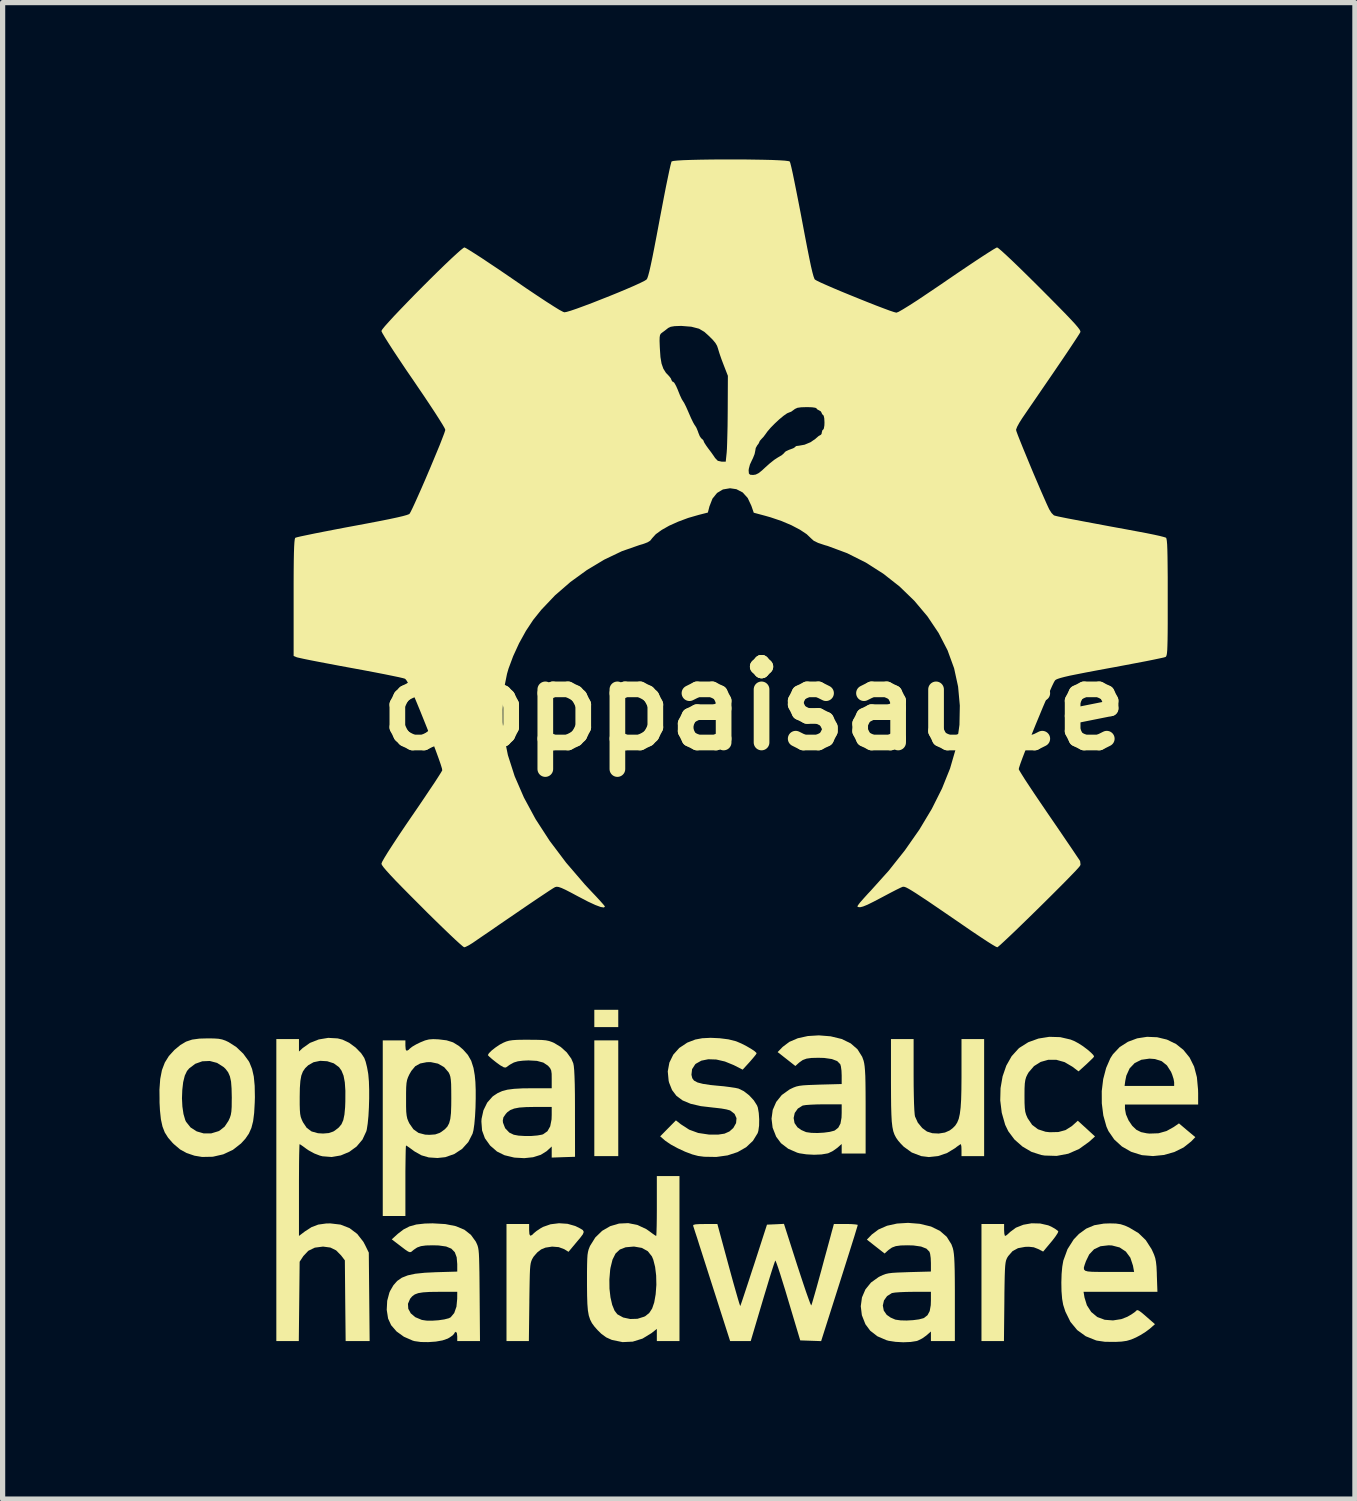
<source format=kicad_pcb>
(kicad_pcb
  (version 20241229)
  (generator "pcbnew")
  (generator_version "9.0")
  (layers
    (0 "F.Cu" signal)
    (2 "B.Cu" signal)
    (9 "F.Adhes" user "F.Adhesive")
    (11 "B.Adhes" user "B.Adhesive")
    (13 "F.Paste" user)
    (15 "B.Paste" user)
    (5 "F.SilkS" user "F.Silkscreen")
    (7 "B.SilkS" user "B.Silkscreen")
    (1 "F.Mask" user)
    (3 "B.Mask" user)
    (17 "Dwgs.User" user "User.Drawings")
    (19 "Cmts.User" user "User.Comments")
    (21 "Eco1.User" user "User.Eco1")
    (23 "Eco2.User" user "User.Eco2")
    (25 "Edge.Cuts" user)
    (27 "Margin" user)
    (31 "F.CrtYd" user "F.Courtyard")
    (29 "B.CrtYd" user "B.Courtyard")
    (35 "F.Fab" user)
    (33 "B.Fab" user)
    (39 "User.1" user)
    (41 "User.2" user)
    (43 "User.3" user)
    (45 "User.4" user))
  (footprint "opppaisauce"
    (layer "F.Cu")
    (at 11.373 10.464)
    (property "Reference" "opppaisauce" (at 0 0 0) (layer "F.SilkS") (effects (font (size 1.524 1.524) (thickness 0.3))))
    (attr through_hole)
    (fp_poly (pts (xy -2.596 6.134) (xy -3.054 6.134) (xy -3.054 5.803) (xy -2.596 5.803)) (stroke (width 0) (type solid)) (fill yes) (layer "F.SilkS"))
    (fp_poly (pts (xy -2.596 8.602) (xy -3.054 8.602) (xy -3.054 6.388) (xy -2.596 6.388)) (stroke (width 0) (type solid)) (fill yes) (layer "F.SilkS"))
    (fp_poly (pts (xy -3.566 9.897) (xy -3.422 9.938) (xy -3.41 9.943) (xy -3.324 9.986) (xy -3.273 10.018) (xy -3.256 10.052) (xy -3.273 10.097) (xy -3.323 10.164) (xy -3.387 10.24) (xy -3.548 10.433) (xy -3.628 10.383) (xy -3.735 10.343) (xy -3.862 10.333) (xy -3.99 10.353) (xy -4.072 10.387) (xy -4.146 10.445) (xy -4.213 10.522) (xy -4.228 10.546) (xy -4.246 10.578) (xy -4.259 10.61) (xy -4.27 10.648) (xy -4.278 10.699) (xy -4.284 10.768) (xy -4.288 10.863) (xy -4.291 10.989) (xy -4.294 11.153) (xy -4.297 11.36) (xy -4.297 11.396) (xy -4.306 12.14) (xy -4.734 12.14) (xy -4.734 9.9) (xy -4.301 9.9) (xy -4.301 10.015) (xy -4.296 10.094) (xy -4.279 10.125) (xy -4.245 10.111) (xy -4.21 10.076) (xy -4.159 10.034) (xy -4.084 9.984) (xy -4.034 9.956) (xy -3.892 9.906) (xy -3.729 9.886)) (stroke (width 0) (type solid)) (fill yes) (layer "F.SilkS"))
    (fp_poly (pts (xy 5.475 9.891) (xy 5.629 9.926) (xy 5.687 9.951) (xy 5.758 9.991) (xy 5.808 10.027) (xy 5.822 10.043) (xy 5.81 10.074) (xy 5.772 10.133) (xy 5.714 10.21) (xy 5.681 10.25) (xy 5.532 10.428) (xy 5.434 10.378) (xy 5.352 10.346) (xy 5.26 10.336) (xy 5.187 10.338) (xy 5.051 10.363) (xy 4.947 10.419) (xy 4.865 10.513) (xy 4.848 10.539) (xy 4.834 10.567) (xy 4.822 10.599) (xy 4.813 10.642) (xy 4.806 10.701) (xy 4.801 10.783) (xy 4.797 10.893) (xy 4.794 11.038) (xy 4.791 11.223) (xy 4.79 11.383) (xy 4.782 12.14) (xy 4.352 12.14) (xy 4.352 9.9) (xy 4.785 9.9) (xy 4.785 10.015) (xy 4.789 10.083) (xy 4.799 10.124) (xy 4.805 10.129) (xy 4.835 10.113) (xy 4.882 10.071) (xy 4.899 10.054) (xy 5.011 9.971) (xy 5.153 9.915) (xy 5.312 9.887)) (stroke (width 0) (type solid)) (fill yes) (layer "F.SilkS"))
    (fp_poly (pts (xy 3.054 7.056) (xy 3.055 7.257) (xy 3.058 7.44) (xy 3.062 7.597) (xy 3.068 7.723) (xy 3.075 7.809) (xy 3.081 7.844) (xy 3.134 7.961) (xy 3.219 8.065) (xy 3.31 8.132) (xy 3.413 8.164) (xy 3.535 8.17) (xy 3.653 8.151) (xy 3.742 8.112) (xy 3.801 8.068) (xy 3.849 8.02) (xy 3.887 7.962) (xy 3.917 7.889) (xy 3.938 7.795) (xy 3.953 7.676) (xy 3.963 7.524) (xy 3.968 7.336) (xy 3.97 7.104) (xy 3.97 6.993) (xy 3.97 6.363) (xy 4.403 6.363) (xy 4.403 8.602) (xy 3.97 8.602) (xy 3.97 8.488) (xy 3.968 8.42) (xy 3.96 8.379) (xy 3.956 8.373) (xy 3.93 8.388) (xy 3.878 8.425) (xy 3.848 8.449) (xy 3.695 8.542) (xy 3.523 8.601) (xy 3.346 8.62) (xy 3.2 8.602) (xy 3.019 8.533) (xy 2.864 8.421) (xy 2.803 8.358) (xy 2.756 8.303) (xy 2.719 8.25) (xy 2.689 8.193) (xy 2.665 8.126) (xy 2.648 8.043) (xy 2.636 7.939) (xy 2.629 7.808) (xy 2.624 7.644) (xy 2.622 7.442) (xy 2.621 7.194) (xy 2.621 7.173) (xy 2.621 6.363) (xy 3.054 6.363)) (stroke (width 0) (type solid)) (fill yes) (layer "F.SilkS"))
    (fp_poly (pts (xy 5.858 6.326) (xy 6.056 6.372) (xy 6.134 6.404) (xy 6.213 6.447) (xy 6.299 6.503) (xy 6.381 6.565) (xy 6.449 6.624) (xy 6.494 6.671) (xy 6.506 6.699) (xy 6.485 6.724) (xy 6.435 6.773) (xy 6.368 6.837) (xy 6.354 6.85) (xy 6.209 6.981) (xy 6.092 6.892) (xy 5.942 6.804) (xy 5.786 6.76) (xy 5.631 6.759) (xy 5.485 6.8) (xy 5.357 6.88) (xy 5.254 7) (xy 5.232 7.038) (xy 5.207 7.09) (xy 5.191 7.145) (xy 5.181 7.213) (xy 5.176 7.308) (xy 5.175 7.441) (xy 5.175 7.45) (xy 5.176 7.585) (xy 5.181 7.683) (xy 5.19 7.755) (xy 5.207 7.813) (xy 5.233 7.872) (xy 5.236 7.878) (xy 5.321 8.004) (xy 5.434 8.089) (xy 5.578 8.136) (xy 5.659 8.145) (xy 5.824 8.141) (xy 5.96 8.104) (xy 6.079 8.029) (xy 6.102 8.009) (xy 6.195 7.925) (xy 6.36 8.075) (xy 6.524 8.226) (xy 6.41 8.329) (xy 6.22 8.465) (xy 6.013 8.556) (xy 5.791 8.598) (xy 5.56 8.591) (xy 5.494 8.58) (xy 5.308 8.52) (xy 5.135 8.418) (xy 4.983 8.284) (xy 4.865 8.126) (xy 4.806 8.004) (xy 4.74 7.773) (xy 4.711 7.536) (xy 4.717 7.301) (xy 4.756 7.077) (xy 4.827 6.871) (xy 4.929 6.691) (xy 5.061 6.545) (xy 5.08 6.529) (xy 5.248 6.423) (xy 5.442 6.353) (xy 5.649 6.32)) (stroke (width 0) (type solid)) (fill yes) (layer "F.SilkS"))
    (fp_poly (pts (xy 7.713 6.328) (xy 7.9 6.373) (xy 8.073 6.457) (xy 8.213 6.568) (xy 8.334 6.717) (xy 8.42 6.89) (xy 8.473 7.092) (xy 8.495 7.329) (xy 8.497 7.4) (xy 8.497 7.615) (xy 7.097 7.615) (xy 7.097 7.699) (xy 7.116 7.803) (xy 7.165 7.917) (xy 7.235 8.021) (xy 7.314 8.097) (xy 7.316 8.098) (xy 7.405 8.143) (xy 7.516 8.166) (xy 7.568 8.171) (xy 7.74 8.165) (xy 7.892 8.122) (xy 8.027 8.047) (xy 8.13 7.976) (xy 8.286 8.108) (xy 8.443 8.239) (xy 8.365 8.32) (xy 8.219 8.436) (xy 8.041 8.524) (xy 7.842 8.58) (xy 7.633 8.601) (xy 7.426 8.584) (xy 7.411 8.581) (xy 7.215 8.519) (xy 7.039 8.418) (xy 6.892 8.284) (xy 6.781 8.123) (xy 6.743 8.038) (xy 6.683 7.824) (xy 6.654 7.593) (xy 6.653 7.358) (xy 6.665 7.259) (xy 7.09 7.259) (xy 8.038 7.259) (xy 8.038 7.189) (xy 8.027 7.126) (xy 8 7.042) (xy 7.978 6.989) (xy 7.9 6.867) (xy 7.8 6.786) (xy 7.671 6.745) (xy 7.566 6.737) (xy 7.41 6.759) (xy 7.283 6.822) (xy 7.186 6.924) (xy 7.123 7.063) (xy 7.103 7.161) (xy 7.09 7.259) (xy 6.665 7.259) (xy 6.681 7.128) (xy 6.737 6.915) (xy 6.818 6.729) (xy 6.867 6.653) (xy 6.996 6.516) (xy 7.154 6.415) (xy 7.331 6.349) (xy 7.52 6.32)) (stroke (width 0) (type solid)) (fill yes) (layer "F.SilkS"))
    (fp_poly (pts (xy -1.425 12.14) (xy -1.858 12.14) (xy -1.858 11.907) (xy -1.96 11.988) (xy -2.132 12.093) (xy -2.319 12.151) (xy -2.514 12.16) (xy -2.713 12.119) (xy -2.723 12.116) (xy -2.827 12.069) (xy -2.921 12) (xy -2.993 11.929) (xy -3.052 11.862) (xy -3.099 11.798) (xy -3.134 11.729) (xy -3.16 11.65) (xy -3.177 11.552) (xy -3.187 11.427) (xy -3.192 11.269) (xy -3.194 11.069) (xy -3.194 10.995) (xy -3.194 10.961) (xy -2.766 10.961) (xy -2.764 11.139) (xy -2.745 11.304) (xy -2.712 11.448) (xy -2.666 11.56) (xy -2.613 11.628) (xy -2.502 11.689) (xy -2.368 11.718) (xy -2.229 11.714) (xy -2.101 11.674) (xy -2.077 11.662) (xy -2.003 11.602) (xy -1.948 11.518) (xy -1.908 11.401) (xy -1.88 11.242) (xy -1.88 11.24) (xy -1.867 11.064) (xy -1.871 10.886) (xy -1.891 10.721) (xy -1.926 10.583) (xy -1.952 10.521) (xy -2.031 10.421) (xy -2.144 10.358) (xy -2.288 10.333) (xy -2.31 10.333) (xy -2.455 10.346) (xy -2.566 10.389) (xy -2.648 10.466) (xy -2.706 10.582) (xy -2.745 10.74) (xy -2.751 10.78) (xy -2.766 10.961) (xy -3.194 10.961) (xy -3.194 10.813) (xy -3.192 10.674) (xy -3.189 10.569) (xy -3.184 10.492) (xy -3.175 10.435) (xy -3.163 10.388) (xy -3.146 10.344) (xy -3.136 10.32) (xy -3.035 10.158) (xy -2.904 10.031) (xy -2.75 9.942) (xy -2.581 9.892) (xy -2.405 9.884) (xy -2.227 9.92) (xy -2.057 10) (xy -1.999 10.041) (xy -1.934 10.089) (xy -1.887 10.121) (xy -1.87 10.129) (xy -1.867 10.105) (xy -1.864 10.037) (xy -1.861 9.933) (xy -1.859 9.799) (xy -1.858 9.643) (xy -1.858 9.557) (xy -1.858 8.984) (xy -1.425 8.984)) (stroke (width 0) (type solid)) (fill yes) (layer "F.SilkS"))
    (fp_poly (pts (xy -10.334 6.351) (xy -10.244 6.357) (xy -10.175 6.37) (xy -10.111 6.392) (xy -10.05 6.421) (xy -9.902 6.516) (xy -9.768 6.644) (xy -9.664 6.787) (xy -9.65 6.813) (xy -9.601 6.935) (xy -9.568 7.08) (xy -9.551 7.257) (xy -9.547 7.472) (xy -9.55 7.578) (xy -9.561 7.777) (xy -9.581 7.935) (xy -9.614 8.063) (xy -9.662 8.171) (xy -9.729 8.269) (xy -9.812 8.36) (xy -9.968 8.482) (xy -10.152 8.568) (xy -10.352 8.614) (xy -10.557 8.618) (xy -10.702 8.594) (xy -10.853 8.543) (xy -10.978 8.474) (xy -11.098 8.372) (xy -11.125 8.345) (xy -11.208 8.249) (xy -11.271 8.149) (xy -11.315 8.035) (xy -11.345 7.898) (xy -11.363 7.728) (xy -11.371 7.578) (xy -11.371 7.496) (xy -10.942 7.496) (xy -10.934 7.654) (xy -10.913 7.797) (xy -10.879 7.913) (xy -10.864 7.945) (xy -10.777 8.054) (xy -10.66 8.129) (xy -10.525 8.168) (xy -10.382 8.167) (xy -10.243 8.125) (xy -10.219 8.112) (xy -10.126 8.038) (xy -10.053 7.928) (xy -10.026 7.869) (xy -10.008 7.814) (xy -9.997 7.749) (xy -9.991 7.662) (xy -9.99 7.542) (xy -9.989 7.483) (xy -9.993 7.309) (xy -10.003 7.176) (xy -10.025 7.076) (xy -10.059 6.998) (xy -10.108 6.934) (xy -10.143 6.9) (xy -10.27 6.819) (xy -10.41 6.782) (xy -10.553 6.788) (xy -10.688 6.836) (xy -10.805 6.925) (xy -10.846 6.974) (xy -10.888 7.062) (xy -10.919 7.187) (xy -10.936 7.336) (xy -10.942 7.496) (xy -11.371 7.496) (xy -11.373 7.331) (xy -11.358 7.126) (xy -11.325 6.956) (xy -11.27 6.812) (xy -11.193 6.688) (xy -11.091 6.576) (xy -11.084 6.569) (xy -10.972 6.476) (xy -10.864 6.412) (xy -10.748 6.373) (xy -10.607 6.354) (xy -10.46 6.35)) (stroke (width 0) (type solid)) (fill yes) (layer "F.SilkS"))
    (fp_poly (pts (xy 6.925 9.892) (xy 7.014 9.905) (xy 7.098 9.932) (xy 7.177 9.968) (xy 7.355 10.074) (xy 7.495 10.209) (xy 7.605 10.38) (xy 7.619 10.409) (xy 7.653 10.485) (xy 7.676 10.552) (xy 7.69 10.624) (xy 7.7 10.714) (xy 7.706 10.837) (xy 7.707 10.887) (xy 7.718 11.198) (xy 6.305 11.198) (xy 6.323 11.307) (xy 6.369 11.456) (xy 6.452 11.584) (xy 6.564 11.677) (xy 6.57 11.681) (xy 6.71 11.733) (xy 6.868 11.745) (xy 7.028 11.72) (xy 7.141 11.676) (xy 7.218 11.632) (xy 7.279 11.59) (xy 7.303 11.57) (xy 7.319 11.553) (xy 7.336 11.548) (xy 7.363 11.558) (xy 7.406 11.588) (xy 7.472 11.643) (xy 7.568 11.727) (xy 7.583 11.74) (xy 7.671 11.817) (xy 7.571 11.905) (xy 7.492 11.964) (xy 7.391 12.027) (xy 7.308 12.071) (xy 7.215 12.111) (xy 7.129 12.136) (xy 7.032 12.15) (xy 6.914 12.156) (xy 6.715 12.154) (xy 6.558 12.131) (xy 6.541 12.126) (xy 6.347 12.048) (xy 6.184 11.93) (xy 6.054 11.773) (xy 5.957 11.576) (xy 5.915 11.446) (xy 5.895 11.332) (xy 5.883 11.185) (xy 5.88 11.02) (xy 5.885 10.856) (xy 5.896 10.733) (xy 6.311 10.733) (xy 6.313 10.769) (xy 6.336 10.794) (xy 6.386 10.808) (xy 6.469 10.815) (xy 6.591 10.817) (xy 6.757 10.817) (xy 6.792 10.817) (xy 7.272 10.817) (xy 7.25 10.697) (xy 7.2 10.545) (xy 7.114 10.428) (xy 6.995 10.349) (xy 6.848 10.311) (xy 6.784 10.308) (xy 6.629 10.326) (xy 6.506 10.384) (xy 6.413 10.483) (xy 6.351 10.611) (xy 6.326 10.681) (xy 6.311 10.733) (xy 5.896 10.733) (xy 5.899 10.708) (xy 5.918 10.601) (xy 5.998 10.382) (xy 6.116 10.196) (xy 6.216 10.091) (xy 6.356 9.989) (xy 6.511 9.924) (xy 6.693 9.893) (xy 6.808 9.889)) (stroke (width 0) (type solid)) (fill yes) (layer "F.SilkS"))
    (fp_poly (pts (xy 0.827 10.688) (xy 0.889 10.877) (xy 0.946 11.049) (xy 0.996 11.197) (xy 1.039 11.318) (xy 1.071 11.405) (xy 1.091 11.452) (xy 1.096 11.458) (xy 1.107 11.43) (xy 1.128 11.359) (xy 1.159 11.252) (xy 1.198 11.115) (xy 1.242 10.955) (xy 1.291 10.778) (xy 1.294 10.766) (xy 1.343 10.583) (xy 1.39 10.412) (xy 1.431 10.261) (xy 1.465 10.136) (xy 1.489 10.045) (xy 1.503 9.996) (xy 1.529 9.9) (xy 1.757 9.9) (xy 1.858 9.902) (xy 1.936 9.908) (xy 1.98 9.915) (xy 1.985 9.919) (xy 1.978 9.947) (xy 1.956 10.018) (xy 1.923 10.128) (xy 1.878 10.271) (xy 1.824 10.443) (xy 1.762 10.639) (xy 1.694 10.854) (xy 1.635 11.04) (xy 1.285 12.141) (xy 1.085 12.134) (xy 0.885 12.127) (xy 0.655 11.358) (xy 0.599 11.17) (xy 0.546 11) (xy 0.5 10.852) (xy 0.461 10.733) (xy 0.431 10.649) (xy 0.413 10.605) (xy 0.409 10.599) (xy 0.398 10.625) (xy 0.374 10.694) (xy 0.34 10.8) (xy 0.297 10.937) (xy 0.248 11.1) (xy 0.193 11.281) (xy 0.165 11.375) (xy -0.062 12.14) (xy -0.456 12.14) (xy -0.646 11.548) (xy -0.711 11.344) (xy -0.783 11.12) (xy -0.856 10.892) (xy -0.925 10.676) (xy -0.985 10.489) (xy -0.994 10.46) (xy -1.043 10.309) (xy -1.086 10.172) (xy -1.123 10.06) (xy -1.149 9.978) (xy -1.163 9.936) (xy -1.164 9.932) (xy -1.157 9.917) (xy -1.117 9.907) (xy -1.038 9.902) (xy -0.938 9.901) (xy -0.7 9.901) (xy -0.486 10.69) (xy -0.434 10.881) (xy -0.386 11.054) (xy -0.343 11.205) (xy -0.308 11.327) (xy -0.282 11.414) (xy -0.266 11.462) (xy -0.262 11.469) (xy -0.252 11.443) (xy -0.228 11.374) (xy -0.193 11.269) (xy -0.148 11.133) (xy -0.095 10.972) (xy -0.036 10.791) (xy -0.001 10.686) (xy 0.249 9.913) (xy 0.411 9.906) (xy 0.574 9.898)) (stroke (width 0) (type solid)) (fill yes) (layer "F.SilkS"))
    (fp_poly (pts (xy -0.655 6.347) (xy -0.489 6.368) (xy -0.349 6.403) (xy -0.33 6.41) (xy -0.239 6.449) (xy -0.145 6.497) (xy -0.059 6.547) (xy 0.009 6.592) (xy 0.046 6.626) (xy 0.05 6.636) (xy 0.034 6.663) (xy -0.009 6.716) (xy -0.069 6.786) (xy -0.083 6.802) (xy -0.216 6.948) (xy -0.387 6.861) (xy -0.556 6.792) (xy -0.721 6.754) (xy -0.874 6.749) (xy -1.007 6.776) (xy -1.112 6.835) (xy -1.125 6.847) (xy -1.184 6.939) (xy -1.196 7.046) (xy -1.18 7.112) (xy -1.147 7.157) (xy -1.08 7.193) (xy -0.976 7.22) (xy -0.83 7.242) (xy -0.71 7.254) (xy -0.578 7.266) (xy -0.455 7.282) (xy -0.355 7.297) (xy -0.296 7.31) (xy -0.195 7.359) (xy -0.093 7.438) (xy -0.003 7.535) (xy 0.059 7.633) (xy 0.074 7.673) (xy 0.092 7.777) (xy 0.1 7.898) (xy 0.098 8.018) (xy 0.084 8.119) (xy 0.071 8.162) (xy -0.02 8.31) (xy -0.15 8.432) (xy -0.313 8.525) (xy -0.505 8.588) (xy -0.72 8.618) (xy -0.953 8.614) (xy -1.068 8.599) (xy -1.181 8.569) (xy -1.316 8.518) (xy -1.458 8.452) (xy -1.589 8.381) (xy -1.691 8.312) (xy -1.705 8.301) (xy -1.794 8.224) (xy -1.644 8.071) (xy -1.493 7.918) (xy -1.398 7.993) (xy -1.239 8.096) (xy -1.067 8.159) (xy -0.867 8.189) (xy -0.849 8.19) (xy -0.687 8.191) (xy -0.563 8.172) (xy -0.469 8.13) (xy -0.395 8.064) (xy -0.342 7.97) (xy -0.334 7.876) (xy -0.371 7.794) (xy -0.451 7.732) (xy -0.467 7.725) (xy -0.529 7.708) (xy -0.625 7.691) (xy -0.737 7.678) (xy -0.776 7.674) (xy -1.016 7.646) (xy -1.211 7.601) (xy -1.366 7.536) (xy -1.483 7.449) (xy -1.567 7.338) (xy -1.622 7.2) (xy -1.632 7.162) (xy -1.649 6.981) (xy -1.618 6.813) (xy -1.544 6.662) (xy -1.429 6.533) (xy -1.276 6.431) (xy -1.123 6.372) (xy -0.99 6.347) (xy -0.828 6.339)) (stroke (width 0) (type solid)) (fill yes) (layer "F.SilkS"))
    (fp_poly (pts (xy -6.035 6.368) (xy -5.88 6.387) (xy -5.756 6.426) (xy -5.645 6.494) (xy -5.565 6.563) (xy -5.474 6.665) (xy -5.409 6.778) (xy -5.365 6.916) (xy -5.341 7.056) (xy -5.329 7.182) (xy -5.323 7.336) (xy -5.323 7.504) (xy -5.327 7.677) (xy -5.336 7.843) (xy -5.349 7.99) (xy -5.366 8.107) (xy -5.383 8.173) (xy -5.464 8.332) (xy -5.583 8.464) (xy -5.733 8.562) (xy -5.904 8.622) (xy -6.055 8.638) (xy -6.221 8.627) (xy -6.36 8.587) (xy -6.492 8.513) (xy -6.529 8.486) (xy -6.594 8.438) (xy -6.64 8.407) (xy -6.656 8.399) (xy -6.659 8.423) (xy -6.662 8.492) (xy -6.664 8.598) (xy -6.666 8.735) (xy -6.668 8.897) (xy -6.668 9.073) (xy -6.668 9.748) (xy -7.101 9.748) (xy -7.101 7.509) (xy -6.655 7.509) (xy -6.655 7.651) (xy -6.652 7.753) (xy -6.644 7.827) (xy -6.632 7.884) (xy -6.612 7.935) (xy -6.592 7.977) (xy -6.515 8.088) (xy -6.417 8.158) (xy -6.29 8.191) (xy -6.208 8.195) (xy -6.097 8.187) (xy -6.013 8.158) (xy -5.98 8.138) (xy -5.914 8.089) (xy -5.865 8.037) (xy -5.831 7.973) (xy -5.809 7.89) (xy -5.796 7.779) (xy -5.791 7.632) (xy -5.79 7.495) (xy -5.791 7.339) (xy -5.793 7.224) (xy -5.799 7.142) (xy -5.808 7.083) (xy -5.822 7.039) (xy -5.841 7) (xy -5.842 6.999) (xy -5.927 6.9) (xy -6.044 6.833) (xy -6.182 6.804) (xy -6.259 6.805) (xy -6.385 6.83) (xy -6.479 6.882) (xy -6.554 6.972) (xy -6.592 7.038) (xy -6.618 7.094) (xy -6.636 7.146) (xy -6.647 7.207) (xy -6.653 7.288) (xy -6.655 7.4) (xy -6.655 7.509) (xy -7.101 7.509) (xy -7.101 6.388) (xy -6.668 6.388) (xy -6.668 6.49) (xy -6.662 6.563) (xy -6.642 6.588) (xy -6.605 6.568) (xy -6.582 6.544) (xy -6.536 6.508) (xy -6.461 6.464) (xy -6.383 6.426) (xy -6.293 6.389) (xy -6.218 6.37) (xy -6.136 6.364)) (stroke (width 0) (type solid)) (fill yes) (layer "F.SilkS"))
    (fp_poly (pts (xy 1.464 6.31) (xy 1.47 6.311) (xy 1.68 6.362) (xy 1.85 6.445) (xy 1.98 6.558) (xy 2.07 6.702) (xy 2.097 6.776) (xy 2.108 6.823) (xy 2.117 6.884) (xy 2.124 6.963) (xy 2.13 7.068) (xy 2.133 7.202) (xy 2.135 7.374) (xy 2.136 7.586) (xy 2.136 7.73) (xy 2.136 8.553) (xy 1.678 8.553) (xy 1.678 8.37) (xy 1.59 8.447) (xy 1.511 8.503) (xy 1.426 8.545) (xy 1.405 8.551) (xy 1.291 8.57) (xy 1.15 8.576) (xy 1.002 8.568) (xy 0.87 8.548) (xy 0.827 8.536) (xy 0.655 8.461) (xy 0.517 8.355) (xy 0.425 8.231) (xy 0.357 8.058) (xy 0.336 7.885) (xy 0.338 7.873) (xy 0.759 7.873) (xy 0.776 7.97) (xy 0.832 8.051) (xy 0.906 8.103) (xy 0.993 8.141) (xy 1.004 8.144) (xy 1.097 8.157) (xy 1.215 8.16) (xy 1.338 8.153) (xy 1.45 8.138) (xy 1.534 8.116) (xy 1.547 8.11) (xy 1.613 8.058) (xy 1.655 7.979) (xy 1.675 7.866) (xy 1.678 7.776) (xy 1.678 7.611) (xy 1.336 7.611) (xy 1.204 7.613) (xy 1.085 7.618) (xy 0.992 7.625) (xy 0.936 7.634) (xy 0.931 7.635) (xy 0.839 7.693) (xy 0.78 7.776) (xy 0.759 7.873) (xy 0.338 7.873) (xy 0.359 7.718) (xy 0.426 7.565) (xy 0.532 7.433) (xy 0.677 7.329) (xy 0.702 7.316) (xy 0.759 7.289) (xy 0.811 7.27) (xy 0.87 7.257) (xy 0.944 7.248) (xy 1.044 7.242) (xy 1.181 7.237) (xy 1.262 7.234) (xy 1.678 7.223) (xy 1.678 7.059) (xy 1.674 6.965) (xy 1.663 6.885) (xy 1.651 6.844) (xy 1.592 6.784) (xy 1.49 6.745) (xy 1.343 6.724) (xy 1.232 6.721) (xy 1.101 6.724) (xy 1.006 6.737) (xy 0.933 6.764) (xy 0.869 6.809) (xy 0.847 6.828) (xy 0.792 6.878) (xy 0.623 6.745) (xy 0.453 6.612) (xy 0.549 6.513) (xy 0.676 6.417) (xy 0.839 6.347) (xy 1.03 6.305) (xy 1.241 6.292)) (stroke (width 0) (type solid)) (fill yes) (layer "F.SilkS"))
    (fp_poly (pts (xy 3.171 9.897) (xy 3.177 9.898) (xy 3.387 9.949) (xy 3.557 10.032) (xy 3.687 10.145) (xy 3.777 10.289) (xy 3.804 10.363) (xy 3.815 10.41) (xy 3.824 10.471) (xy 3.831 10.55) (xy 3.836 10.655) (xy 3.84 10.79) (xy 3.842 10.961) (xy 3.843 11.174) (xy 3.843 11.318) (xy 3.843 12.14) (xy 3.385 12.14) (xy 3.385 11.957) (xy 3.297 12.034) (xy 3.218 12.09) (xy 3.133 12.132) (xy 3.112 12.139) (xy 2.998 12.157) (xy 2.856 12.163) (xy 2.709 12.155) (xy 2.577 12.135) (xy 2.534 12.123) (xy 2.362 12.049) (xy 2.224 11.942) (xy 2.132 11.818) (xy 2.064 11.645) (xy 2.043 11.472) (xy 2.045 11.46) (xy 2.465 11.46) (xy 2.483 11.557) (xy 2.539 11.638) (xy 2.613 11.69) (xy 2.7 11.728) (xy 2.711 11.731) (xy 2.804 11.744) (xy 2.921 11.747) (xy 3.045 11.74) (xy 3.157 11.725) (xy 3.241 11.703) (xy 3.254 11.697) (xy 3.32 11.645) (xy 3.362 11.566) (xy 3.382 11.453) (xy 3.385 11.363) (xy 3.385 11.198) (xy 3.043 11.198) (xy 2.911 11.2) (xy 2.792 11.205) (xy 2.699 11.212) (xy 2.643 11.221) (xy 2.638 11.222) (xy 2.546 11.28) (xy 2.487 11.363) (xy 2.465 11.46) (xy 2.045 11.46) (xy 2.066 11.305) (xy 2.132 11.152) (xy 2.239 11.02) (xy 2.384 10.916) (xy 2.409 10.903) (xy 2.466 10.876) (xy 2.518 10.857) (xy 2.577 10.844) (xy 2.651 10.835) (xy 2.751 10.829) (xy 2.888 10.824) (xy 2.968 10.821) (xy 3.385 10.81) (xy 3.385 10.646) (xy 3.381 10.552) (xy 3.37 10.472) (xy 3.357 10.431) (xy 3.299 10.372) (xy 3.197 10.332) (xy 3.05 10.311) (xy 2.939 10.308) (xy 2.808 10.311) (xy 2.713 10.324) (xy 2.64 10.351) (xy 2.576 10.396) (xy 2.554 10.415) (xy 2.499 10.465) (xy 2.329 10.332) (xy 2.16 10.199) (xy 2.256 10.1) (xy 2.383 10.005) (xy 2.546 9.934) (xy 2.737 9.892) (xy 2.948 9.879)) (stroke (width 0) (type solid)) (fill yes) (layer "F.SilkS"))
    (fp_poly (pts (xy -5.904 9.902) (xy -5.703 9.942) (xy -5.54 10.01) (xy -5.415 10.108) (xy -5.323 10.235) (xy -5.315 10.251) (xy -5.299 10.285) (xy -5.286 10.318) (xy -5.276 10.356) (xy -5.268 10.406) (xy -5.262 10.473) (xy -5.258 10.562) (xy -5.255 10.68) (xy -5.252 10.831) (xy -5.25 11.022) (xy -5.248 11.256) (xy -5.241 12.14) (xy -5.676 12.14) (xy -5.676 12.051) (xy -5.683 11.988) (xy -5.702 11.962) (xy -5.726 11.979) (xy -5.735 11.999) (xy -5.765 12.032) (xy -5.824 12.073) (xy -5.859 12.093) (xy -5.957 12.127) (xy -6.086 12.15) (xy -6.231 12.16) (xy -6.373 12.158) (xy -6.493 12.141) (xy -6.528 12.131) (xy -6.697 12.057) (xy -6.837 11.956) (xy -6.941 11.836) (xy -6.999 11.709) (xy -7.025 11.542) (xy -7.019 11.427) (xy -6.619 11.427) (xy -6.613 11.522) (xy -6.565 11.61) (xy -6.479 11.683) (xy -6.357 11.734) (xy -6.35 11.736) (xy -6.263 11.749) (xy -6.153 11.75) (xy -6.035 11.742) (xy -5.925 11.726) (xy -5.839 11.704) (xy -5.803 11.686) (xy -5.734 11.604) (xy -5.691 11.481) (xy -5.677 11.332) (xy -5.676 11.198) (xy -6.033 11.198) (xy -6.202 11.2) (xy -6.329 11.208) (xy -6.422 11.223) (xy -6.489 11.248) (xy -6.539 11.285) (xy -6.578 11.331) (xy -6.619 11.427) (xy -7.019 11.427) (xy -7.016 11.369) (xy -6.974 11.212) (xy -6.958 11.177) (xy -6.897 11.072) (xy -6.825 10.99) (xy -6.736 10.928) (xy -6.622 10.883) (xy -6.478 10.852) (xy -6.296 10.833) (xy -6.089 10.823) (xy -5.676 10.811) (xy -5.676 10.667) (xy -5.687 10.537) (xy -5.723 10.44) (xy -5.789 10.372) (xy -5.889 10.331) (xy -6.031 10.311) (xy -6.142 10.308) (xy -6.274 10.311) (xy -6.37 10.324) (xy -6.443 10.35) (xy -6.506 10.392) (xy -6.53 10.412) (xy -6.557 10.434) (xy -6.582 10.44) (xy -6.617 10.427) (xy -6.671 10.391) (xy -6.755 10.327) (xy -6.755 10.327) (xy -6.929 10.194) (xy -6.811 10.087) (xy -6.704 10.005) (xy -6.591 9.947) (xy -6.459 9.91) (xy -6.297 9.892) (xy -6.146 9.888)) (stroke (width 0) (type solid)) (fill yes) (layer "F.SilkS"))
    (fp_poly (pts (xy -4.167 6.377) (xy -4.06 6.38) (xy -3.981 6.387) (xy -3.919 6.4) (xy -3.862 6.42) (xy -3.825 6.436) (xy -3.696 6.514) (xy -3.581 6.618) (xy -3.495 6.737) (xy -3.457 6.825) (xy -3.447 6.876) (xy -3.439 6.958) (xy -3.433 7.074) (xy -3.428 7.228) (xy -3.425 7.424) (xy -3.424 7.665) (xy -3.424 7.775) (xy -3.423 8.615) (xy -3.646 8.622) (xy -3.869 8.63) (xy -3.869 8.418) (xy -3.967 8.508) (xy -4.078 8.577) (xy -4.224 8.623) (xy -4.393 8.641) (xy -4.574 8.631) (xy -4.594 8.628) (xy -4.772 8.585) (xy -4.916 8.514) (xy -5.039 8.407) (xy -5.049 8.397) (xy -5.147 8.26) (xy -5.201 8.112) (xy -5.214 7.943) (xy -5.213 7.922) (xy -4.805 7.922) (xy -4.801 7.962) (xy -4.76 8.068) (xy -4.68 8.152) (xy -4.595 8.193) (xy -4.504 8.21) (xy -4.387 8.217) (xy -4.26 8.217) (xy -4.143 8.207) (xy -4.053 8.191) (xy -4.032 8.183) (xy -3.951 8.126) (xy -3.898 8.033) (xy -3.872 7.9) (xy -3.869 7.814) (xy -3.869 7.661) (xy -4.18 7.661) (xy -4.355 7.664) (xy -4.488 7.673) (xy -4.587 7.692) (xy -4.661 7.721) (xy -4.718 7.762) (xy -4.747 7.794) (xy -4.793 7.86) (xy -4.805 7.922) (xy -5.213 7.922) (xy -5.211 7.889) (xy -5.175 7.726) (xy -5.103 7.579) (xy -5.001 7.463) (xy -4.981 7.448) (xy -4.902 7.396) (xy -4.817 7.358) (xy -4.716 7.331) (xy -4.59 7.315) (xy -4.43 7.306) (xy -4.262 7.304) (xy -3.869 7.304) (xy -3.869 7.124) (xy -3.87 7.027) (xy -3.879 6.963) (xy -3.9 6.919) (xy -3.937 6.876) (xy -3.941 6.872) (xy -4.029 6.813) (xy -4.152 6.78) (xy -4.313 6.771) (xy -4.418 6.776) (xy -4.516 6.788) (xy -4.593 6.811) (xy -4.668 6.852) (xy -4.746 6.907) (xy -4.784 6.904) (xy -4.855 6.864) (xy -4.933 6.807) (xy -5.007 6.748) (xy -5.062 6.7) (xy -5.089 6.672) (xy -5.09 6.669) (xy -5.07 6.634) (xy -5.018 6.582) (xy -4.946 6.525) (xy -4.866 6.471) (xy -4.797 6.434) (xy -4.741 6.41) (xy -4.685 6.394) (xy -4.618 6.384) (xy -4.53 6.378) (xy -4.409 6.376) (xy -4.314 6.376)) (stroke (width 0) (type solid)) (fill yes) (layer "F.SilkS"))
    (fp_poly (pts (xy -7.964 6.35) (xy -7.87 6.374) (xy -7.744 6.434) (xy -7.619 6.526) (xy -7.514 6.634) (xy -7.455 6.723) (xy -7.428 6.796) (xy -7.402 6.9) (xy -7.381 7.015) (xy -7.377 7.045) (xy -7.366 7.174) (xy -7.361 7.329) (xy -7.361 7.5) (xy -7.366 7.673) (xy -7.375 7.836) (xy -7.389 7.979) (xy -7.406 8.089) (xy -7.415 8.126) (xy -7.489 8.285) (xy -7.601 8.418) (xy -7.742 8.521) (xy -7.904 8.589) (xy -8.078 8.619) (xy -8.255 8.605) (xy -8.305 8.592) (xy -8.411 8.551) (xy -8.519 8.492) (xy -8.563 8.462) (xy -8.628 8.414) (xy -8.675 8.382) (xy -8.692 8.373) (xy -8.695 8.398) (xy -8.697 8.467) (xy -8.7 8.576) (xy -8.702 8.719) (xy -8.703 8.889) (xy -8.704 9.081) (xy -8.704 9.251) (xy -8.704 10.129) (xy -8.591 10.043) (xy -8.464 9.961) (xy -8.336 9.912) (xy -8.186 9.891) (xy -8.106 9.889) (xy -7.909 9.912) (xy -7.737 9.979) (xy -7.59 10.09) (xy -7.472 10.241) (xy -7.439 10.303) (xy -7.368 10.448) (xy -7.36 11.294) (xy -7.352 12.14) (xy -7.811 12.14) (xy -7.819 11.368) (xy -7.826 10.596) (xy -7.897 10.503) (xy -7.993 10.405) (xy -8.103 10.351) (xy -8.24 10.333) (xy -8.247 10.333) (xy -8.401 10.353) (xy -8.525 10.413) (xy -8.621 10.515) (xy -8.624 10.52) (xy -8.691 10.622) (xy -8.699 11.381) (xy -8.707 12.14) (xy -9.137 12.14) (xy -9.137 7.614) (xy -8.69 7.614) (xy -8.687 7.719) (xy -8.681 7.794) (xy -8.67 7.852) (xy -8.651 7.903) (xy -8.628 7.953) (xy -8.556 8.061) (xy -8.463 8.13) (xy -8.341 8.164) (xy -8.243 8.17) (xy -8.133 8.161) (xy -8.048 8.132) (xy -8.016 8.112) (xy -7.944 8.056) (xy -7.891 7.993) (xy -7.856 7.913) (xy -7.834 7.807) (xy -7.821 7.666) (xy -7.817 7.56) (xy -7.816 7.353) (xy -7.827 7.19) (xy -7.851 7.063) (xy -7.89 6.967) (xy -7.938 6.9) (xy -8.038 6.827) (xy -8.163 6.787) (xy -8.297 6.779) (xy -8.425 6.806) (xy -8.527 6.864) (xy -8.586 6.921) (xy -8.629 6.984) (xy -8.659 7.062) (xy -8.677 7.163) (xy -8.687 7.298) (xy -8.69 7.47) (xy -8.69 7.614) (xy -9.137 7.614) (xy -9.137 6.363) (xy -8.704 6.363) (xy -8.704 6.601) (xy -8.634 6.536) (xy -8.493 6.436) (xy -8.325 6.37) (xy -8.144 6.34)) (stroke (width 0) (type solid)) (fill yes) (layer "F.SilkS"))
    (fp_poly (pts (xy -0.22 -10.464) (xy -0.019 -10.461) (xy 0.17 -10.458) (xy 0.338 -10.454) (xy 0.48 -10.448) (xy 0.59 -10.441) (xy 0.661 -10.432) (xy 0.685 -10.424) (xy 0.696 -10.392) (xy 0.715 -10.316) (xy 0.741 -10.2) (xy 0.772 -10.049) (xy 0.808 -9.87) (xy 0.848 -9.667) (xy 0.891 -9.446) (xy 0.919 -9.298) (xy 0.973 -9.012) (xy 1.019 -8.773) (xy 1.058 -8.578) (xy 1.09 -8.424) (xy 1.117 -8.309) (xy 1.139 -8.229) (xy 1.156 -8.182) (xy 1.165 -8.167) (xy 1.202 -8.145) (xy 1.278 -8.108) (xy 1.388 -8.059) (xy 1.524 -8) (xy 1.678 -7.935) (xy 1.844 -7.867) (xy 2.014 -7.798) (xy 2.181 -7.731) (xy 2.338 -7.669) (xy 2.478 -7.616) (xy 2.593 -7.573) (xy 2.677 -7.545) (xy 2.723 -7.533) (xy 2.725 -7.533) (xy 2.765 -7.548) (xy 2.846 -7.594) (xy 2.968 -7.669) (xy 3.13 -7.773) (xy 3.331 -7.908) (xy 3.573 -8.071) (xy 3.698 -8.157) (xy 3.89 -8.288) (xy 4.071 -8.41) (xy 4.235 -8.52) (xy 4.378 -8.614) (xy 4.496 -8.69) (xy 4.584 -8.745) (xy 4.637 -8.775) (xy 4.651 -8.781) (xy 4.679 -8.763) (xy 4.739 -8.712) (xy 4.827 -8.632) (xy 4.941 -8.525) (xy 5.076 -8.395) (xy 5.23 -8.244) (xy 5.398 -8.078) (xy 5.48 -7.996) (xy 5.674 -7.801) (xy 5.834 -7.639) (xy 5.963 -7.507) (xy 6.064 -7.401) (xy 6.14 -7.319) (xy 6.193 -7.257) (xy 6.227 -7.212) (xy 6.243 -7.182) (xy 6.245 -7.164) (xy 6.245 -7.163) (xy 6.226 -7.13) (xy 6.183 -7.062) (xy 6.117 -6.962) (xy 6.033 -6.835) (xy 5.934 -6.688) (xy 5.824 -6.526) (xy 5.739 -6.401) (xy 5.617 -6.223) (xy 5.499 -6.051) (xy 5.389 -5.89) (xy 5.292 -5.749) (xy 5.212 -5.632) (xy 5.154 -5.547) (xy 5.132 -5.515) (xy 5.077 -5.428) (xy 5.035 -5.351) (xy 5.015 -5.298) (xy 5.014 -5.29) (xy 5.023 -5.257) (xy 5.05 -5.184) (xy 5.092 -5.078) (xy 5.145 -4.946) (xy 5.207 -4.796) (xy 5.274 -4.633) (xy 5.344 -4.465) (xy 5.415 -4.299) (xy 5.482 -4.142) (xy 5.544 -4.001) (xy 5.596 -3.883) (xy 5.637 -3.794) (xy 5.652 -3.764) (xy 5.693 -3.7) (xy 5.735 -3.658) (xy 5.744 -3.653) (xy 5.769 -3.646) (xy 5.819 -3.634) (xy 5.897 -3.618) (xy 6.006 -3.596) (xy 6.149 -3.569) (xy 6.328 -3.535) (xy 6.547 -3.494) (xy 6.808 -3.445) (xy 7.114 -3.389) (xy 7.355 -3.344) (xy 7.509 -3.315) (xy 7.647 -3.287) (xy 7.761 -3.262) (xy 7.842 -3.241) (xy 7.882 -3.228) (xy 7.883 -3.227) (xy 7.891 -3.209) (xy 7.898 -3.167) (xy 7.904 -3.097) (xy 7.908 -2.997) (xy 7.911 -2.861) (xy 7.913 -2.687) (xy 7.915 -2.471) (xy 7.915 -2.21) (xy 7.915 -2.085) (xy 7.915 -1.816) (xy 7.915 -1.595) (xy 7.914 -1.415) (xy 7.912 -1.272) (xy 7.909 -1.162) (xy 7.906 -1.081) (xy 7.901 -1.024) (xy 7.895 -0.986) (xy 7.887 -0.963) (xy 7.878 -0.95) (xy 7.871 -0.946) (xy 7.837 -0.936) (xy 7.758 -0.919) (xy 7.64 -0.894) (xy 7.49 -0.864) (xy 7.311 -0.83) (xy 7.111 -0.792) (xy 6.894 -0.751) (xy 6.821 -0.738) (xy 6.562 -0.69) (xy 6.35 -0.65) (xy 6.178 -0.616) (xy 6.043 -0.589) (xy 5.94 -0.565) (xy 5.864 -0.545) (xy 5.812 -0.528) (xy 5.778 -0.513) (xy 5.76 -0.499) (xy 5.739 -0.465) (xy 5.703 -0.391) (xy 5.655 -0.282) (xy 5.596 -0.147) (xy 5.529 0.009) (xy 5.459 0.178) (xy 5.386 0.354) (xy 5.315 0.53) (xy 5.248 0.699) (xy 5.187 0.854) (xy 5.135 0.989) (xy 5.096 1.096) (xy 5.072 1.169) (xy 5.065 1.2) (xy 5.079 1.228) (xy 5.119 1.294) (xy 5.181 1.393) (xy 5.264 1.519) (xy 5.363 1.668) (xy 5.476 1.835) (xy 5.599 2.016) (xy 5.64 2.076) (xy 5.767 2.261) (xy 5.885 2.434) (xy 5.991 2.59) (xy 6.083 2.725) (xy 6.156 2.834) (xy 6.208 2.911) (xy 6.236 2.953) (xy 6.239 2.958) (xy 6.247 3.024) (xy 6.238 3.048) (xy 6.212 3.08) (xy 6.155 3.143) (xy 6.071 3.23) (xy 5.966 3.338) (xy 5.843 3.462) (xy 5.707 3.598) (xy 5.564 3.74) (xy 5.416 3.886) (xy 5.27 4.029) (xy 5.129 4.166) (xy 4.998 4.293) (xy 4.881 4.404) (xy 4.784 4.495) (xy 4.711 4.562) (xy 4.666 4.6) (xy 4.654 4.607) (xy 4.622 4.593) (xy 4.555 4.554) (xy 4.46 4.494) (xy 4.343 4.417) (xy 4.21 4.328) (xy 4.146 4.285) (xy 3.886 4.106) (xy 3.664 3.954) (xy 3.478 3.827) (xy 3.324 3.722) (xy 3.198 3.639) (xy 3.098 3.573) (xy 3.02 3.524) (xy 2.961 3.489) (xy 2.918 3.466) (xy 2.886 3.453) (xy 2.864 3.449) (xy 2.848 3.45) (xy 2.842 3.451) (xy 2.801 3.469) (xy 2.725 3.506) (xy 2.622 3.559) (xy 2.503 3.622) (xy 2.439 3.656) (xy 2.286 3.736) (xy 2.171 3.793) (xy 2.087 3.827) (xy 2.03 3.841) (xy 1.993 3.837) (xy 1.978 3.827) (xy 1.989 3.804) (xy 2.029 3.751) (xy 2.095 3.676) (xy 2.179 3.583) (xy 2.231 3.528) (xy 2.577 3.143) (xy 2.888 2.751) (xy 3.164 2.356) (xy 3.401 1.961) (xy 3.597 1.57) (xy 3.751 1.187) (xy 3.859 0.815) (xy 3.881 0.713) (xy 3.931 0.352) (xy 3.938 -0.017) (xy 3.905 -0.379) (xy 3.83 -0.724) (xy 3.828 -0.732) (xy 3.703 -1.075) (xy 3.531 -1.407) (xy 3.318 -1.724) (xy 3.068 -2.021) (xy 2.785 -2.295) (xy 2.473 -2.54) (xy 2.137 -2.754) (xy 1.782 -2.932) (xy 1.41 -3.07) (xy 1.354 -3.086) (xy 1.228 -3.128) (xy 1.144 -3.169) (xy 1.096 -3.212) (xy 1.008 -3.296) (xy 0.878 -3.382) (xy 0.714 -3.468) (xy 0.525 -3.548) (xy 0.318 -3.618) (xy 0.216 -3.647) (xy -0.004 -3.706) (xy -0.05 -3.839) (xy -0.12 -3.988) (xy -0.216 -4.094) (xy -0.336 -4.156) (xy -0.458 -4.174) (xy -0.594 -4.151) (xy -0.706 -4.084) (xy -0.794 -3.975) (xy -0.852 -3.826) (xy -0.853 -3.822) (xy -0.882 -3.709) (xy -1.058 -3.664) (xy -1.259 -3.606) (xy -1.449 -3.535) (xy -1.621 -3.458) (xy -1.766 -3.376) (xy -1.878 -3.295) (xy -1.948 -3.218) (xy -1.953 -3.211) (xy -1.985 -3.171) (xy -2.037 -3.139) (xy -2.122 -3.107) (xy -2.191 -3.087) (xy -2.526 -2.97) (xy -2.863 -2.809) (xy -3.195 -2.61) (xy -3.512 -2.38) (xy -3.806 -2.125) (xy -4.068 -1.849) (xy -4.223 -1.656) (xy -4.362 -1.446) (xy -4.493 -1.209) (xy -4.606 -0.963) (xy -4.695 -0.724) (xy -4.724 -0.624) (xy -4.765 -0.42) (xy -4.793 -0.186) (xy -4.808 0.061) (xy -4.807 0.302) (xy -4.789 0.518) (xy -4.787 0.539) (xy -4.707 0.932) (xy -4.578 1.334) (xy -4.401 1.742) (xy -4.178 2.155) (xy -3.908 2.571) (xy -3.594 2.988) (xy -3.236 3.405) (xy -3.108 3.542) (xy -3.017 3.638) (xy -2.94 3.722) (xy -2.884 3.785) (xy -2.854 3.822) (xy -2.851 3.828) (xy -2.871 3.846) (xy -2.933 3.836) (xy -3.035 3.798) (xy -3.175 3.733) (xy -3.353 3.64) (xy -3.361 3.636) (xy -3.503 3.56) (xy -3.608 3.506) (xy -3.683 3.472) (xy -3.735 3.454) (xy -3.772 3.449) (xy -3.8 3.455) (xy -3.806 3.457) (xy -3.842 3.478) (xy -3.914 3.524) (xy -4.016 3.592) (xy -4.145 3.678) (xy -4.293 3.778) (xy -4.456 3.889) (xy -4.562 3.962) (xy -4.735 4.08) (xy -4.9 4.193) (xy -5.05 4.297) (xy -5.181 4.386) (xy -5.285 4.457) (xy -5.356 4.506) (xy -5.379 4.522) (xy -5.453 4.568) (xy -5.515 4.599) (xy -5.544 4.607) (xy -5.57 4.589) (xy -5.628 4.539) (xy -5.714 4.461) (xy -5.824 4.357) (xy -5.954 4.232) (xy -6.101 4.089) (xy -6.26 3.933) (xy -6.355 3.837) (xy -6.556 3.636) (xy -6.722 3.468) (xy -6.856 3.331) (xy -6.96 3.22) (xy -7.037 3.135) (xy -7.089 3.073) (xy -7.118 3.031) (xy -7.126 3.007) (xy -7.112 2.971) (xy -7.069 2.895) (xy -7.001 2.784) (xy -6.908 2.64) (xy -6.793 2.465) (xy -6.657 2.263) (xy -6.551 2.108) (xy -6.424 1.923) (xy -6.307 1.75) (xy -6.202 1.593) (xy -6.111 1.458) (xy -6.04 1.348) (xy -5.99 1.269) (xy -5.965 1.226) (xy -5.963 1.221) (xy -5.969 1.185) (xy -5.993 1.107) (xy -6.033 0.992) (xy -6.087 0.844) (xy -6.154 0.668) (xy -6.232 0.468) (xy -6.285 0.335) (xy -6.38 0.099) (xy -6.459 -0.093) (xy -6.523 -0.245) (xy -6.575 -0.361) (xy -6.615 -0.443) (xy -6.646 -0.497) (xy -6.669 -0.525) (xy -6.676 -0.53) (xy -6.713 -0.541) (xy -6.794 -0.56) (xy -6.914 -0.585) (xy -7.066 -0.616) (xy -7.246 -0.651) (xy -7.446 -0.689) (xy -7.663 -0.729) (xy -7.712 -0.738) (xy -7.93 -0.778) (xy -8.135 -0.817) (xy -8.32 -0.852) (xy -8.479 -0.883) (xy -8.607 -0.909) (xy -8.697 -0.929) (xy -8.745 -0.94) (xy -8.749 -0.942) (xy -8.806 -0.966) (xy -8.806 -2.083) (xy -8.806 -2.365) (xy -8.805 -2.6) (xy -8.803 -2.792) (xy -8.8 -2.943) (xy -8.796 -3.058) (xy -8.791 -3.14) (xy -8.785 -3.193) (xy -8.778 -3.221) (xy -8.774 -3.226) (xy -8.743 -3.236) (xy -8.667 -3.254) (xy -8.552 -3.278) (xy -8.403 -3.309) (xy -8.225 -3.344) (xy -8.024 -3.383) (xy -7.805 -3.425) (xy -7.686 -3.447) (xy -7.403 -3.5) (xy -7.168 -3.545) (xy -6.977 -3.583) (xy -6.828 -3.615) (xy -6.717 -3.641) (xy -6.642 -3.662) (xy -6.599 -3.678) (xy -6.589 -3.685) (xy -6.568 -3.721) (xy -6.531 -3.796) (xy -6.481 -3.904) (xy -6.421 -4.038) (xy -6.353 -4.191) (xy -6.281 -4.357) (xy -6.214 -4.515) (xy -0.102 -4.515) (xy -0.097 -4.456) (xy -0.074 -4.433) (xy -0.018 -4.428) (xy 0.034 -4.436) (xy 0.087 -4.462) (xy 0.154 -4.515) (xy 0.22 -4.576) (xy 0.305 -4.652) (xy 0.39 -4.719) (xy 0.459 -4.764) (xy 0.468 -4.769) (xy 0.531 -4.806) (xy 0.572 -4.842) (xy 0.577 -4.85) (xy 0.608 -4.88) (xy 0.67 -4.909) (xy 0.69 -4.916) (xy 0.752 -4.939) (xy 0.786 -4.961) (xy 0.789 -4.967) (xy 0.811 -4.982) (xy 0.862 -4.988) (xy 0.968 -5.007) (xy 1.081 -5.054) (xy 1.177 -5.12) (xy 1.187 -5.13) (xy 1.236 -5.172) (xy 1.271 -5.192) (xy 1.274 -5.192) (xy 1.293 -5.213) (xy 1.298 -5.243) (xy 1.309 -5.284) (xy 1.323 -5.294) (xy 1.337 -5.317) (xy 1.347 -5.376) (xy 1.349 -5.434) (xy 1.345 -5.51) (xy 1.334 -5.561) (xy 1.323 -5.574) (xy 1.301 -5.594) (xy 1.298 -5.61) (xy 1.277 -5.646) (xy 1.247 -5.663) (xy 1.206 -5.686) (xy 1.196 -5.703) (xy 1.173 -5.714) (xy 1.111 -5.723) (xy 1.024 -5.726) (xy 1.009 -5.726) (xy 0.903 -5.723) (xy 0.832 -5.713) (xy 0.784 -5.691) (xy 0.764 -5.676) (xy 0.713 -5.639) (xy 0.676 -5.625) (xy 0.633 -5.607) (xy 0.566 -5.56) (xy 0.485 -5.493) (xy 0.4 -5.414) (xy 0.32 -5.333) (xy 0.256 -5.258) (xy 0.229 -5.22) (xy 0.183 -5.158) (xy 0.146 -5.119) (xy 0.111 -5.079) (xy 0.102 -5.057) (xy 0.086 -5.024) (xy 0.064 -4.997) (xy 0.034 -4.944) (xy 0.025 -4.891) (xy 0.012 -4.828) (xy -0.02 -4.748) (xy -0.038 -4.712) (xy -0.077 -4.628) (xy -0.099 -4.544) (xy -0.102 -4.515) (xy -6.214 -4.515) (xy -6.208 -4.528) (xy -6.137 -4.698) (xy -6.07 -4.859) (xy -6.01 -5.004) (xy -5.962 -5.128) (xy -5.926 -5.222) (xy -5.907 -5.28) (xy -5.905 -5.293) (xy -5.919 -5.326) (xy -5.959 -5.395) (xy -6.022 -5.496) (xy -6.105 -5.626) (xy -6.206 -5.779) (xy -6.32 -5.95) (xy -6.446 -6.135) (xy -6.515 -6.237) (xy -6.657 -6.444) (xy -6.784 -6.634) (xy -6.895 -6.801) (xy -6.987 -6.944) (xy -7.018 -6.993) (xy -1.806 -6.993) (xy -1.802 -6.885) (xy -1.8 -6.846) (xy -1.789 -6.683) (xy -1.768 -6.559) (xy -1.734 -6.462) (xy -1.684 -6.382) (xy -1.622 -6.317) (xy -1.588 -6.272) (xy -1.578 -6.243) (xy -1.558 -6.212) (xy -1.546 -6.21) (xy -1.522 -6.188) (xy -1.489 -6.129) (xy -1.453 -6.047) (xy -1.451 -6.04) (xy -1.415 -5.951) (xy -1.382 -5.88) (xy -1.358 -5.841) (xy -1.358 -5.841) (xy -1.335 -5.805) (xy -1.3 -5.735) (xy -1.259 -5.643) (xy -1.245 -5.61) (xy -1.203 -5.514) (xy -1.164 -5.434) (xy -1.135 -5.383) (xy -1.128 -5.375) (xy -1.101 -5.331) (xy -1.072 -5.261) (xy -1.065 -5.239) (xy -1.038 -5.172) (xy -1.009 -5.129) (xy -1 -5.123) (xy -0.969 -5.093) (xy -0.965 -5.081) (xy -0.95 -5.046) (xy -0.912 -4.987) (xy -0.876 -4.937) (xy -0.817 -4.859) (xy -0.765 -4.785) (xy -0.744 -4.753) (xy -0.692 -4.699) (xy -0.62 -4.683) (xy -0.62 -4.683) (xy -0.54 -4.683) (xy -0.522 -4.856) (xy -0.517 -4.93) (xy -0.513 -5.045) (xy -0.509 -5.193) (xy -0.505 -5.364) (xy -0.503 -5.547) (xy -0.502 -5.677) (xy -0.499 -6.325) (xy -0.578 -6.528) (xy -0.62 -6.638) (xy -0.657 -6.744) (xy -0.683 -6.828) (xy -0.686 -6.84) (xy -0.706 -6.899) (xy -0.738 -6.954) (xy -0.789 -7.015) (xy -0.867 -7.092) (xy -0.948 -7.165) (xy -1.051 -7.226) (xy -1.198 -7.264) (xy -1.385 -7.279) (xy -1.405 -7.279) (xy -1.518 -7.275) (xy -1.592 -7.263) (xy -1.641 -7.24) (xy -1.648 -7.234) (xy -1.712 -7.184) (xy -1.756 -7.152) (xy -1.781 -7.132) (xy -1.797 -7.105) (xy -1.804 -7.063) (xy -1.806 -6.993) (xy -7.018 -6.993) (xy -7.058 -7.057) (xy -7.105 -7.136) (xy -7.126 -7.179) (xy -7.126 -7.184) (xy -7.109 -7.214) (xy -7.059 -7.276) (xy -6.981 -7.363) (xy -6.881 -7.472) (xy -6.762 -7.597) (xy -6.629 -7.735) (xy -6.487 -7.881) (xy -6.34 -8.029) (xy -6.192 -8.177) (xy -6.049 -8.318) (xy -5.915 -8.448) (xy -5.794 -8.563) (xy -5.691 -8.658) (xy -5.611 -8.729) (xy -5.558 -8.771) (xy -5.539 -8.781) (xy -5.509 -8.767) (xy -5.441 -8.726) (xy -5.341 -8.663) (xy -5.212 -8.58) (xy -5.061 -8.479) (xy -4.89 -8.365) (xy -4.705 -8.239) (xy -4.597 -8.165) (xy -4.359 -8.001) (xy -4.15 -7.861) (xy -3.973 -7.744) (xy -3.829 -7.652) (xy -3.722 -7.586) (xy -3.652 -7.549) (xy -3.627 -7.54) (xy -3.585 -7.547) (xy -3.503 -7.571) (xy -3.389 -7.61) (xy -3.25 -7.661) (xy -3.093 -7.72) (xy -2.926 -7.786) (xy -2.754 -7.854) (xy -2.587 -7.922) (xy -2.43 -7.988) (xy -2.291 -8.048) (xy -2.178 -8.1) (xy -2.097 -8.14) (xy -2.055 -8.166) (xy -2.055 -8.167) (xy -2.04 -8.191) (xy -2.023 -8.242) (xy -2.001 -8.324) (xy -1.975 -8.439) (xy -1.943 -8.59) (xy -1.905 -8.782) (xy -1.86 -9.017) (xy -1.807 -9.299) (xy -1.807 -9.301) (xy -1.763 -9.53) (xy -1.722 -9.745) (xy -1.684 -9.94) (xy -1.649 -10.109) (xy -1.62 -10.248) (xy -1.597 -10.35) (xy -1.581 -10.411) (xy -1.575 -10.426) (xy -1.542 -10.435) (xy -1.465 -10.443) (xy -1.35 -10.45) (xy -1.204 -10.455) (xy -1.032 -10.459) (xy -0.841 -10.462) (xy -0.638 -10.464) (xy -0.429 -10.464)) (stroke (width 0) (type solid)) (fill yes) (layer "F.SilkS")))
  (gr_rect
    (start -3 -3)
    (end 22.869 25.627)
    (stroke (width 0.1) (type default))
    (fill no)
    (layer "Edge.Cuts")))
</source>
